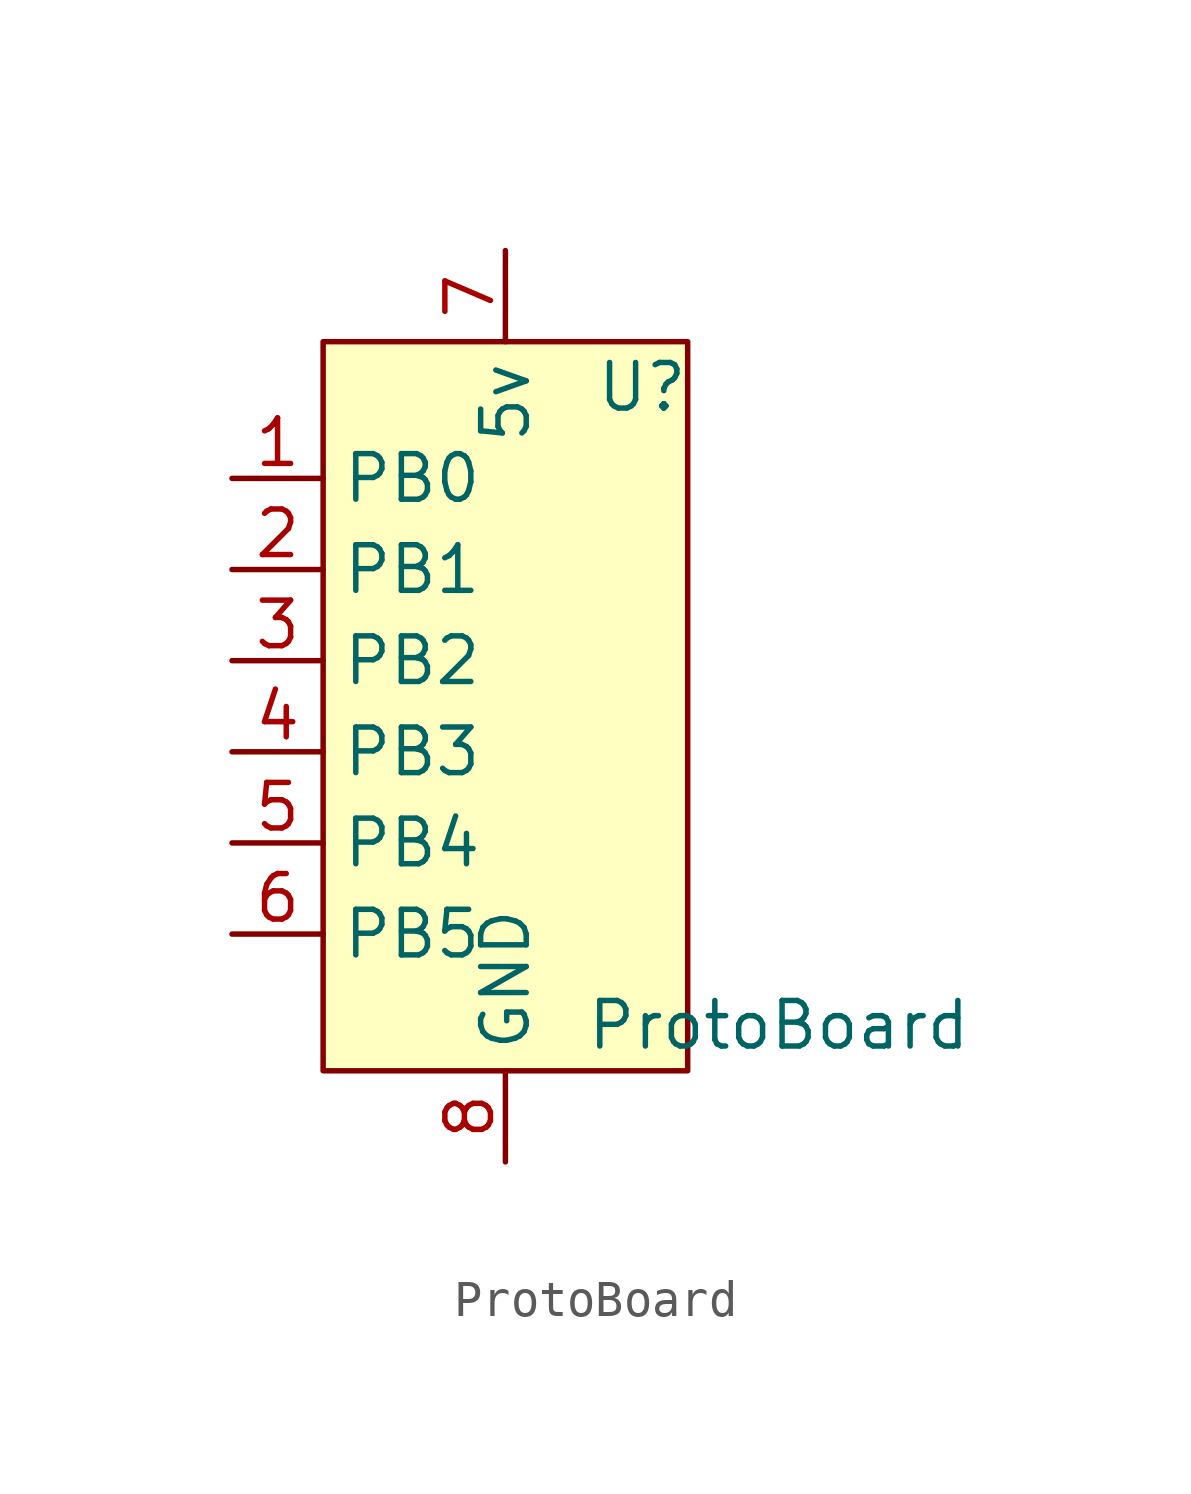
<source format=kicad_sym>
(kicad_symbol_lib
  (version 20211014)
  (generator kicad_symbol_editor)
  (symbol "ProtoBoard"
    (property "Reference" "U"
      (at 3.81 8.89 0)
      (effects (font (size 1.27 1.27))))
    (property "Value" "ProtoBoard"
      (at 7.62 -8.89 0)
      (effects (font (size 1.27 1.27))))
    (symbol "ProtoBoard_0_1"
      (rectangle (start -5.08 10.16) (end 5.08 -10.16) (stroke (width 0) (type default) (color 0 0 0 0)) (fill (type background))))
    (symbol "ProtoBoard_1_1"
      (pin bidirectional line (at -7.62 6.35 0) (length 2.54) (name "PB0" (effects (font (size 1.27 1.27)))) (number "1" (effects (font (size 1.27 1.27)))))
      (pin bidirectional line (at -7.62 3.81 0) (length 2.54) (name "PB1" (effects (font (size 1.27 1.27)))) (number "2" (effects (font (size 1.27 1.27)))))
      (pin bidirectional line (at -7.62 1.27 0) (length 2.54) (name "PB2" (effects (font (size 1.27 1.27)))) (number "3" (effects (font (size 1.27 1.27)))))
      (pin bidirectional line (at -7.62 -1.27 0) (length 2.54) (name "PB3" (effects (font (size 1.27 1.27)))) (number "4" (effects (font (size 1.27 1.27)))))
      (pin bidirectional line (at -7.62 -3.81 0) (length 2.54) (name "PB4" (effects (font (size 1.27 1.27)))) (number "5" (effects (font (size 1.27 1.27)))))
      (pin bidirectional line (at -7.62 -6.35 0) (length 2.54) (name "PB5" (effects (font (size 1.27 1.27)))) (number "6" (effects (font (size 1.27 1.27)))))
      (pin power_in line (at 0 12.7 270) (length 2.54) (name "5v" (effects (font (size 1.27 1.27)))) (number "7" (effects (font (size 1.27 1.27)))))
      (pin power_in line (at 0 -12.7 90) (length 2.54) (name "GND" (effects (font (size 1.27 1.27)))) (number "8" (effects (font (size 1.27 1.27))))))))
</source>
